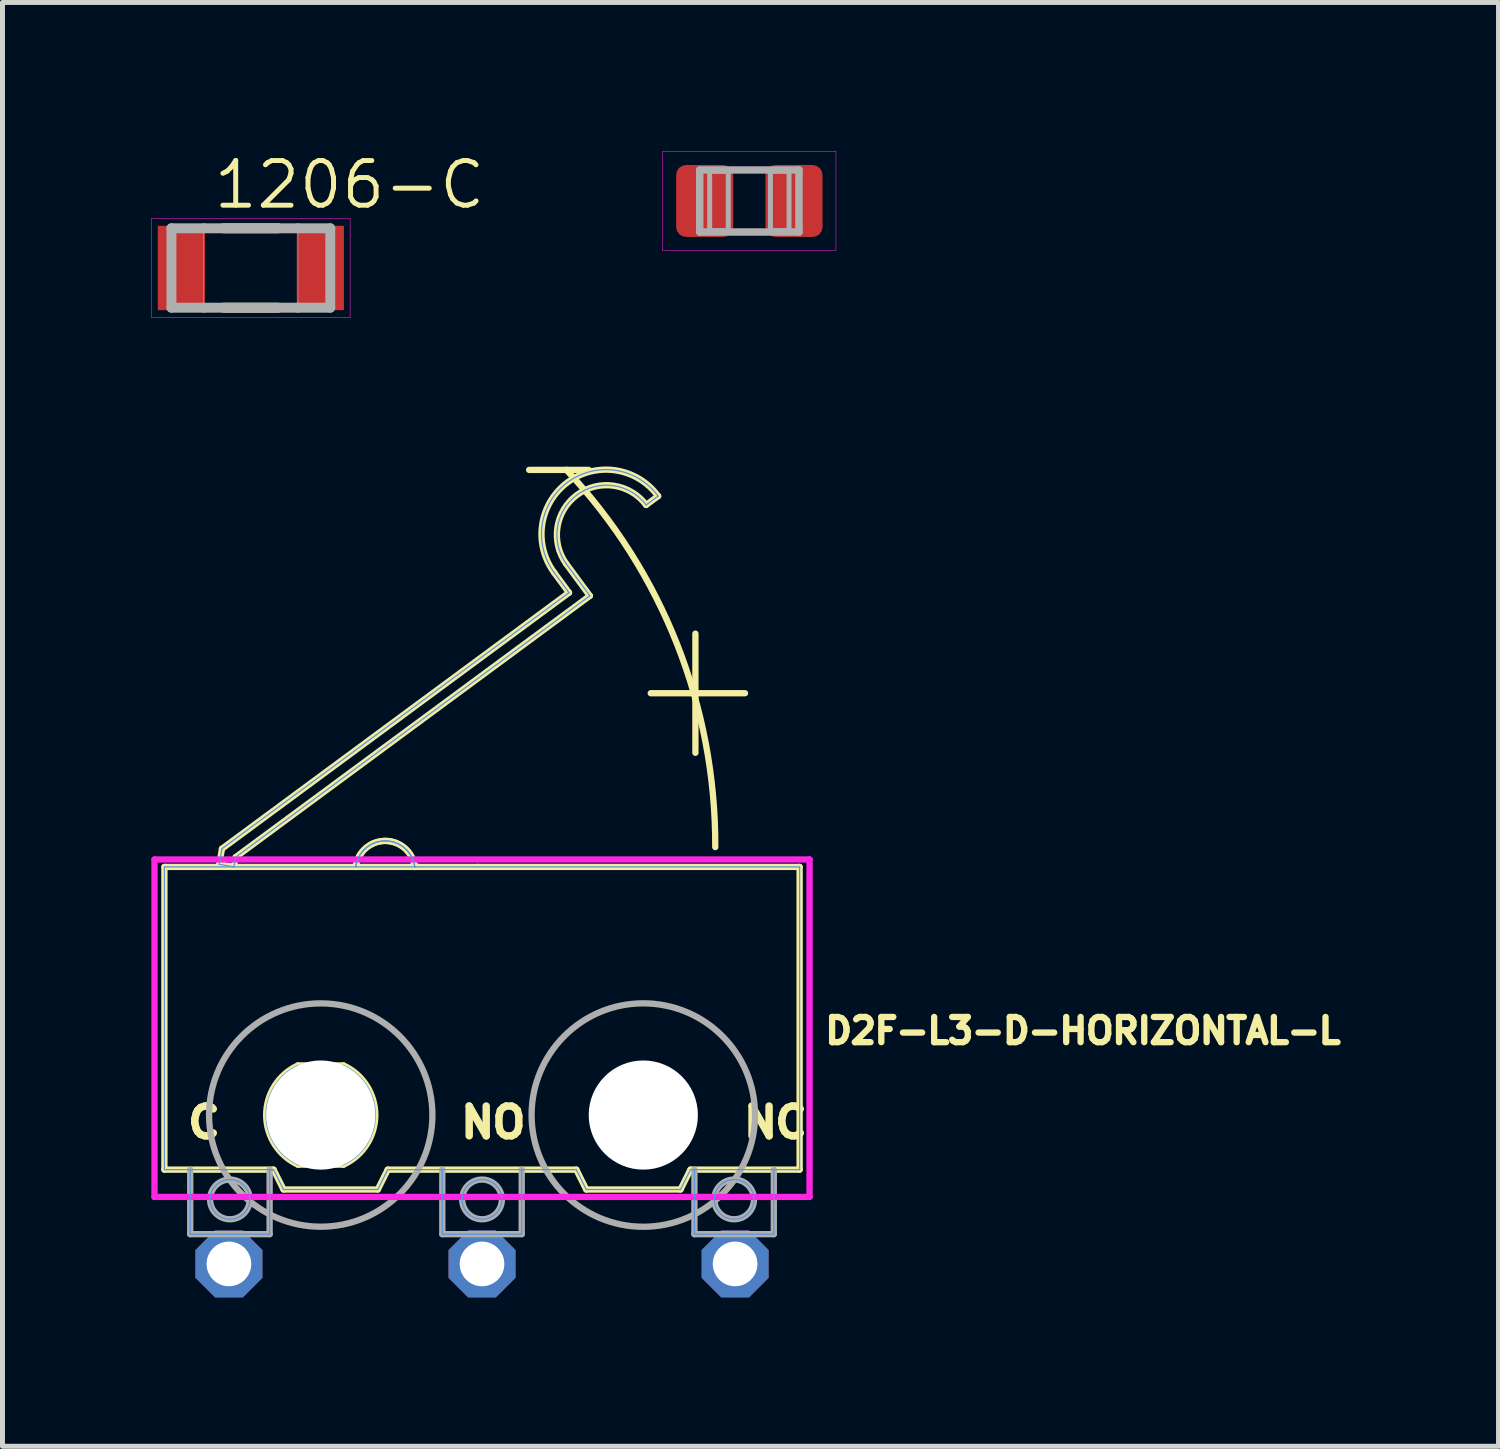
<source format=kicad_pcb>
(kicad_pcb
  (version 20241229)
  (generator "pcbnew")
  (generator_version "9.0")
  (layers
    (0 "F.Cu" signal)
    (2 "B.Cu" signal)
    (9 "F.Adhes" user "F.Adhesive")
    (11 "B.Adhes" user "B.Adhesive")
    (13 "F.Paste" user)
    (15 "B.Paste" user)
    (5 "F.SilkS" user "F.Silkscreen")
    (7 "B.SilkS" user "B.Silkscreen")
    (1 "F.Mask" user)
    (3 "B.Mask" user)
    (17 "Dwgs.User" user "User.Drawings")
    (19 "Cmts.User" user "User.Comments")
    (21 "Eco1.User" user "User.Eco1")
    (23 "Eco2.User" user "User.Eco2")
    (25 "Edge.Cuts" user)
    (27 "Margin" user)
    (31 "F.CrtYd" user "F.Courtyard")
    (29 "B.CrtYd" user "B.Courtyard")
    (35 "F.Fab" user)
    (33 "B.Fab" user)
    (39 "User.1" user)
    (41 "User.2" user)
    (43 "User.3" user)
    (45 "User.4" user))
  (footprint "1206-C"
    (layer "F.Cu")
    (at 2.005 2.35)
    (property "Reference" "1206-C" (at -0.8 -1.15 0) (layer "F.SilkS") (effects (font (size 0.9 0.9) (thickness 0.1)) (justify left bottom)))
    (fp_line (start -0.55 -0.8) (end 0.55 -0.8) (stroke (width 0.2) (type solid)) (layer "F.SilkS"))
    (fp_line (start -0.55 0.8) (end 0.55 0.8) (stroke (width 0.2) (type solid)) (layer "F.SilkS"))
    (fp_line (start -2 -1) (end -2 1) (stroke (width 0.01) (type solid)) (layer "F.CrtYd"))
    (fp_line (start -2 1) (end 2 1) (stroke (width 0.01) (type solid)) (layer "F.CrtYd"))
    (fp_line (start 2 -1) (end -2 -1) (stroke (width 0.01) (type solid)) (layer "F.CrtYd"))
    (fp_line (start 2 1) (end 2 -1) (stroke (width 0.01) (type solid)) (layer "F.CrtYd"))
    (fp_line (start -1.6 -0.8) (end -1.6 0.8) (stroke (width 0.2) (type solid)) (layer "F.Fab"))
    (fp_line (start -1.6 0.8) (end -0.95 0.8) (stroke (width 0.2) (type solid)) (layer "F.Fab"))
    (fp_line (start -0.95 -0.8) (end -1.6 -0.8) (stroke (width 0.2) (type solid)) (layer "F.Fab"))
    (fp_line (start -0.95 -0.8) (end -0.95 0.8) (stroke (width 0.01) (type solid)) (layer "F.Fab"))
    (fp_line (start -0.95 0.8) (end 0.95 0.8) (stroke (width 0.2) (type solid)) (layer "F.Fab"))
    (fp_line (start 0.95 -0.8) (end -0.95 -0.8) (stroke (width 0.2) (type solid)) (layer "F.Fab"))
    (fp_line (start 0.95 -0.8) (end 0.95 0.8) (stroke (width 0.01) (type solid)) (layer "F.Fab"))
    (fp_line (start 0.95 0.8) (end 1.6 0.8) (stroke (width 0.2) (type solid)) (layer "F.Fab"))
    (fp_line (start 1.6 -0.8) (end 0.95 -0.8) (stroke (width 0.2) (type solid)) (layer "F.Fab"))
    (fp_line (start 1.6 0.8) (end 1.6 -0.8) (stroke (width 0.2) (type solid)) (layer "F.Fab"))
    (pad "1" smd rect (at -1.4 0) (size 0.95 1.7) (layers "F.Cu" "F.Mask" "F.Paste"))
    (pad "2" smd rect (at 1.4 0) (size 0.95 1.7) (layers "F.Cu" "F.Mask" "F.Paste")))
  (footprint "D2F-L3-D-HORIZONTAL-L"
    (layer "F.Cu")
    (at 6.663 19.419)
    (property "Reference" "D2F-L3-D-HORIZONTAL-L" (at 6.85 -1.4 0) (layer "F.SilkS") (effects (font (size 0.508 0.508) (thickness 0.127)) (justify left bottom)))
    (fp_line (start -6.4 -5) (end -6.4 1.1) (stroke (width 0.127) (type solid)) (layer "F.SilkS"))
    (fp_line (start -5.295 -5.052) (end -5 -5) (stroke (width 0.127) (type solid)) (layer "F.SilkS"))
    (fp_line (start -5.24 -5.367) (end -5.295 -5.052) (stroke (width 0.127) (type solid)) (layer "F.SilkS"))
    (fp_line (start -5 -5) (end -4.965 -5.197) (stroke (width 0.127) (type solid)) (layer "F.SilkS"))
    (fp_line (start -4.965 -5.197) (end 2.173 -10.463) (stroke (width 0.127) (type solid)) (layer "F.SilkS"))
    (fp_line (start -4.2 1.1) (end -6.4 1.1) (stroke (width 0.127) (type solid)) (layer "F.SilkS"))
    (fp_line (start -4 1.5) (end -4.2 1.1) (stroke (width 0.127) (type solid)) (layer "F.SilkS"))
    (fp_line (start -4 1.5) (end -2.1 1.5) (stroke (width 0.127) (type solid)) (layer "F.SilkS"))
    (fp_line (start -3.708 -1) (end -2.792 -1) (stroke (width 0.127) (type solid)) (layer "F.SilkS"))
    (fp_line (start -2.792 1) (end -3.708 1) (stroke (width 0.127) (type solid)) (layer "F.SilkS"))
    (fp_line (start -2.545 -5) (end -6.4 -5) (stroke (width 0.127) (type solid)) (layer "F.SilkS"))
    (fp_line (start -1.9 1.1) (end -2.1 1.5) (stroke (width 0.127) (type solid)) (layer "F.SilkS"))
    (fp_line (start -1.355 -5) (end -2.545 -5) (stroke (width 0.127) (type solid)) (layer "F.SilkS"))
    (fp_line (start -1.275 -5) (end -1.355 -5) (stroke (width 0.127) (type solid)) (layer "F.SilkS"))
    (fp_line (start -0.085 -5) (end -1.275 -5) (stroke (width 0.127) (type solid)) (layer "F.SilkS"))
    (fp_line (start 1.456 -10.928) (end 1.753 -10.526) (stroke (width 0.127) (type solid)) (layer "F.SilkS"))
    (fp_line (start 1.7 -13) (end 0.95 -13) (stroke (width 0.127) (type solid)) (layer "F.SilkS"))
    (fp_line (start 1.753 -10.526) (end -5.24 -5.367) (stroke (width 0.127) (type solid)) (layer "F.SilkS"))
    (fp_line (start 1.9 1.1) (end -1.9 1.1) (stroke (width 0.127) (type solid)) (layer "F.SilkS"))
    (fp_line (start 2.1 1.5) (end 1.9 1.1) (stroke (width 0.127) (type solid)) (layer "F.SilkS"))
    (fp_line (start 2.1 1.5) (end 4 1.5) (stroke (width 0.127) (type solid)) (layer "F.SilkS"))
    (fp_line (start 2.15 -13) (end 1.7 -13) (stroke (width 0.127) (type solid)) (layer "F.SilkS"))
    (fp_line (start 2.173 -10.463) (end 1.698 -11.106) (stroke (width 0.127) (type solid)) (layer "F.SilkS"))
    (fp_line (start 3.307 -12.294) (end 3.549 -12.472) (stroke (width 0.127) (type solid)) (layer "F.SilkS"))
    (fp_line (start 3.4 -8.5) (end 4.3 -8.5) (stroke (width 0.127) (type solid)) (layer "F.SilkS"))
    (fp_line (start 4.2 1.1) (end 4 1.5) (stroke (width 0.127) (type solid)) (layer "F.SilkS"))
    (fp_line (start 4.3 -8.5) (end 4.3 -9.7) (stroke (width 0.127) (type solid)) (layer "F.SilkS"))
    (fp_line (start 4.3 -8.5) (end 5.3 -8.5) (stroke (width 0.127) (type solid)) (layer "F.SilkS"))
    (fp_line (start 4.3 -7.3) (end 4.3 -8.5) (stroke (width 0.127) (type solid)) (layer "F.SilkS"))
    (fp_line (start 6.4 -5) (end -0.085 -5) (stroke (width 0.127) (type solid)) (layer "F.SilkS"))
    (fp_line (start 6.4 1.1) (end 4.2 1.1) (stroke (width 0.127) (type solid)) (layer "F.SilkS"))
    (fp_line (start 6.4 1.1) (end 6.4 -5) (stroke (width 0.127) (type solid)) (layer "F.SilkS"))
    (fp_arc (start -3.708258 1) (mid -4.35 0) (end -3.708259 -1) (stroke (width 0.127) (type solid)) (layer "F.SilkS"))
    (fp_arc (start -2.791739 -1) (mid -2.149998 0) (end -2.79174 1) (stroke (width 0.127) (type solid)) (layer "F.SilkS"))
    (fp_arc (start -2.545158 -5) (mid -1.949999 -5.523973) (end -1.35484 -5) (stroke (width 0.127) (type solid)) (layer "F.SilkS"))
    (fp_arc (start -2.545158 -5) (mid -1.949999 -5.523973) (end -1.35484 -5) (stroke (width 0.127) (type solid)) (layer "F.SilkS"))
    (fp_arc (start 1.45634 -10.928267) (mid 1.730758 -12.746149) (end 3.54864 -12.471731) (stroke (width 0.127) (type solid)) (layer "F.SilkS"))
    (fp_arc (start 1.697761 -11.106356) (mid 1.908849 -12.504725) (end 3.307218 -12.29364) (stroke (width 0.127) (type solid)) (layer "F.SilkS"))
    (fp_arc (start 1.7 -12.999999) (mid 3.930581 -9.488387) (end 4.7 -5.4) (stroke (width 0.127) (type solid)) (layer "F.SilkS"))
    (fp_circle (center 3.25 0) (end 4.25 0) (stroke (width 0.127) (type solid)) (fill no) (layer "F.SilkS"))
    (fp_line (start -6.4 -5) (end -6.4 1.1) (stroke (width 0.025) (type solid)) (layer "Cmts.User"))
    (fp_line (start -5.88 1.1) (end -5.88 2.4) (stroke (width 0.025) (type solid)) (layer "Cmts.User"))
    (fp_line (start -5.88 2.4) (end -4.28 2.4) (stroke (width 0.025) (type solid)) (layer "Cmts.User"))
    (fp_line (start -5.295 -5.052) (end -5 -5) (stroke (width 0.025) (type solid)) (layer "Cmts.User"))
    (fp_line (start -5.24 -5.367) (end -5.295 -5.052) (stroke (width 0.025) (type solid)) (layer "Cmts.User"))
    (fp_line (start -5 -5) (end -4.965 -5.197) (stroke (width 0.025) (type solid)) (layer "Cmts.User"))
    (fp_line (start -4.965 -5.197) (end 2.173 -10.463) (stroke (width 0.025) (type solid)) (layer "Cmts.User"))
    (fp_line (start -4.28 2.4) (end -4.28 1.1) (stroke (width 0.025) (type solid)) (layer "Cmts.User"))
    (fp_line (start -4.2 1.1) (end -6.4 1.1) (stroke (width 0.025) (type solid)) (layer "Cmts.User"))
    (fp_line (start -4 1.5) (end -4.2 1.1) (stroke (width 0.025) (type solid)) (layer "Cmts.User"))
    (fp_line (start -4 1.5) (end -2.1 1.5) (stroke (width 0.025) (type solid)) (layer "Cmts.User"))
    (fp_line (start -3.708 -1) (end -2.792 -1) (stroke (width 0.025) (type solid)) (layer "Cmts.User"))
    (fp_line (start -2.792 1) (end -3.708 1) (stroke (width 0.025) (type solid)) (layer "Cmts.User"))
    (fp_line (start -2.545 -5) (end -6.4 -5) (stroke (width 0.025) (type solid)) (layer "Cmts.User"))
    (fp_line (start -1.9 1.1) (end -2.1 1.5) (stroke (width 0.025) (type solid)) (layer "Cmts.User"))
    (fp_line (start -1.355 -5) (end -2.545 -5) (stroke (width 0.025) (type solid)) (layer "Cmts.User"))
    (fp_line (start -1.275 -5) (end -1.355 -5) (stroke (width 0.025) (type solid)) (layer "Cmts.User"))
    (fp_line (start -0.8 1.1) (end -0.8 2.4) (stroke (width 0.025) (type solid)) (layer "Cmts.User"))
    (fp_line (start -0.8 2.4) (end 0.8 2.4) (stroke (width 0.025) (type solid)) (layer "Cmts.User"))
    (fp_line (start -0.085 -5) (end -1.275 -5) (stroke (width 0.025) (type solid)) (layer "Cmts.User"))
    (fp_line (start 0.8 2.4) (end 0.8 1.1) (stroke (width 0.025) (type solid)) (layer "Cmts.User"))
    (fp_line (start 1.456 -10.928) (end 1.753 -10.526) (stroke (width 0.025) (type solid)) (layer "Cmts.User"))
    (fp_line (start 1.753 -10.526) (end -5.24 -5.367) (stroke (width 0.025) (type solid)) (layer "Cmts.User"))
    (fp_line (start 1.9 1.1) (end -1.9 1.1) (stroke (width 0.025) (type solid)) (layer "Cmts.User"))
    (fp_line (start 2.1 1.5) (end 1.9 1.1) (stroke (width 0.025) (type solid)) (layer "Cmts.User"))
    (fp_line (start 2.1 1.5) (end 4 1.5) (stroke (width 0.025) (type solid)) (layer "Cmts.User"))
    (fp_line (start 2.173 -10.463) (end 1.698 -11.106) (stroke (width 0.025) (type solid)) (layer "Cmts.User"))
    (fp_line (start 3.307 -12.294) (end 3.549 -12.472) (stroke (width 0.025) (type solid)) (layer "Cmts.User"))
    (fp_line (start 4.2 1.1) (end 4 1.5) (stroke (width 0.025) (type solid)) (layer "Cmts.User"))
    (fp_line (start 4.28 1.1) (end 4.28 2.4) (stroke (width 0.025) (type solid)) (layer "Cmts.User"))
    (fp_line (start 4.28 2.4) (end 5.88 2.4) (stroke (width 0.025) (type solid)) (layer "Cmts.User"))
    (fp_line (start 5.88 2.4) (end 5.88 1.1) (stroke (width 0.025) (type solid)) (layer "Cmts.User"))
    (fp_line (start 6.4 -5) (end -0.085 -5) (stroke (width 0.025) (type solid)) (layer "Cmts.User"))
    (fp_line (start 6.4 1.1) (end 4.2 1.1) (stroke (width 0.025) (type solid)) (layer "Cmts.User"))
    (fp_line (start 6.4 1.1) (end 6.4 -5) (stroke (width 0.025) (type solid)) (layer "Cmts.User"))
    (fp_arc (start -3.708258 1) (mid -4.35 0) (end -3.708259 -1) (stroke (width 0.025) (type solid)) (layer "Cmts.User"))
    (fp_arc (start -2.791739 -1) (mid -2.149998 0) (end -2.79174 1) (stroke (width 0.025) (type solid)) (layer "Cmts.User"))
    (fp_arc (start -2.545158 -5) (mid -1.949999 -5.523973) (end -1.35484 -5) (stroke (width 0.025) (type solid)) (layer "Cmts.User"))
    (fp_arc (start -2.545158 -5) (mid -1.949999 -5.523973) (end -1.35484 -5) (stroke (width 0.025) (type solid)) (layer "Cmts.User"))
    (fp_arc (start 1.45634 -10.928267) (mid 1.730758 -12.746149) (end 3.54864 -12.471731) (stroke (width 0.025) (type solid)) (layer "Cmts.User"))
    (fp_arc (start 1.697761 -11.106356) (mid 1.908849 -12.504725) (end 3.307218 -12.29364) (stroke (width 0.025) (type solid)) (layer "Cmts.User"))
    (fp_circle (center -5.08 1.7) (end -4.68 1.7) (stroke (width 0.025) (type solid)) (fill no) (layer "Cmts.User"))
    (fp_circle (center 0 1.7) (end 0.4 1.7) (stroke (width 0.025) (type solid)) (fill no) (layer "Cmts.User"))
    (fp_circle (center 3.25 0) (end 4.25 0) (stroke (width 0.025) (type solid)) (fill no) (layer "Cmts.User"))
    (fp_circle (center 5.08 1.7) (end 5.48 1.7) (stroke (width 0.025) (type solid)) (fill no) (layer "Cmts.User"))
    (fp_line (start -6.6 -5.15) (end 6.6 -5.15) (stroke (width 0.127) (type solid)) (layer "F.CrtYd"))
    (fp_line (start -6.6 1.65) (end -6.6 -5.15) (stroke (width 0.127) (type solid)) (layer "F.CrtYd"))
    (fp_line (start 6.6 -5.15) (end 6.6 1.65) (stroke (width 0.127) (type solid)) (layer "F.CrtYd"))
    (fp_line (start 6.6 1.65) (end -6.6 1.65) (stroke (width 0.127) (type solid)) (layer "F.CrtYd"))
    (fp_line (start -5.88 1.1) (end -5.88 2.4) (stroke (width 0.127) (type solid)) (layer "F.Fab"))
    (fp_line (start -5.88 2.4) (end -4.28 2.4) (stroke (width 0.127) (type solid)) (layer "F.Fab"))
    (fp_line (start -4.28 2.4) (end -4.28 1.1) (stroke (width 0.127) (type solid)) (layer "F.Fab"))
    (fp_line (start -0.8 1.1) (end -0.8 2.4) (stroke (width 0.127) (type solid)) (layer "F.Fab"))
    (fp_line (start -0.8 2.4) (end 0.8 2.4) (stroke (width 0.127) (type solid)) (layer "F.Fab"))
    (fp_line (start 0.8 2.4) (end 0.8 1.1) (stroke (width 0.127) (type solid)) (layer "F.Fab"))
    (fp_line (start 4.28 1.1) (end 4.28 2.4) (stroke (width 0.127) (type solid)) (layer "F.Fab"))
    (fp_line (start 4.28 2.4) (end 5.88 2.4) (stroke (width 0.127) (type solid)) (layer "F.Fab"))
    (fp_line (start 5.88 2.4) (end 5.88 1.1) (stroke (width 0.127) (type solid)) (layer "F.Fab"))
    (fp_circle (center -5.08 1.7) (end -4.68 1.7) (stroke (width 0.127) (type solid)) (fill no) (layer "F.Fab"))
    (fp_circle (center -3.25 0) (end -1 0) (stroke (width 0.127) (type solid)) (fill no) (layer "F.Fab"))
    (fp_circle (center 0 1.7) (end 0.4 1.7) (stroke (width 0.127) (type solid)) (fill no) (layer "F.Fab"))
    (fp_circle (center 3.25 0) (end 5.501 0) (stroke (width 0.127) (type solid)) (fill no) (layer "F.Fab"))
    (fp_circle (center 5.08 1.7) (end 5.48 1.7) (stroke (width 0.127) (type solid)) (fill no) (layer "F.Fab"))
    (fp_text user "C" (at -6 0.5 0) (layer "F.SilkS") (effects (font (size 0.6 0.6) (thickness 0.15)) (justify left bottom)))
    (fp_text user "NO" (at -0.5 0.5 0) (layer "F.SilkS") (effects (font (size 0.6 0.6) (thickness 0.15)) (justify left bottom)))
    (fp_text user "NC" (at 5.2 0.5 0) (layer "F.SilkS") (effects (font (size 0.6 0.6) (thickness 0.15)) (justify left bottom)))
    (pad "" np_thru_hole circle (at -3.25 0) (size 2.2 2.2) (drill 2.2) (layers "*.Cu" "*.Mask"))
    (pad "" np_thru_hole circle (at 3.25 0) (size 2.2 2.2) (drill 2.2) (layers "*.Cu" "*.Mask"))
    (pad "C" thru_hole roundrect (at -5.1 3 225) (size 1.35 1.35) (drill 0.9) (layers "*.Cu" "*.Mask") (roundrect_rratio 0.25) (chamfer_ratio 0.293) (chamfer top_left top_right bottom_left bottom_right))
    (pad "NC" thru_hole roundrect (at 5.1 3 315) (size 1.35 1.35) (drill 0.9) (layers "*.Cu" "*.Mask") (roundrect_rratio 0.25) (chamfer_ratio 0.293) (chamfer top_left top_right bottom_left bottom_right))
    (pad "NO" thru_hole roundrect (at 0 3 270) (size 1.35 1.35) (drill 0.9) (layers "*.Cu" "*.Mask") (roundrect_rratio 0.25) (chamfer_ratio 0.293) (chamfer top_left top_right bottom_left bottom_right)))
  (footprint ".0805-B-NOSILK"
    (layer "F.Cu")
    (at 12.05 1)
    (property "Reference" ".0805-B-NOSILK" (at 0 0 0) (layer "F.Mask") (effects (font (size 0.34 0.34) (thickness 0.06))))
    (fp_line (start -1 -0.625) (end 1 -0.625) (stroke (width 0.15) (type solid)) (layer "F.Mask"))
    (fp_line (start -1 0.625) (end -1 -0.625) (stroke (width 0.15) (type solid)) (layer "F.Mask"))
    (fp_line (start 1 -0.625) (end 1 0.625) (stroke (width 0.15) (type solid)) (layer "F.Mask"))
    (fp_line (start 1 0.625) (end -1 0.625) (stroke (width 0.15) (type solid)) (layer "F.Mask"))
    (fp_poly (pts (xy -0.26 0.79) (xy -1.54 0.79) (xy -1.54 -0.79) (xy -0.26 -0.79)) (stroke (width 0) (type solid)) (fill yes) (layer "F.Mask"))
    (fp_poly (pts (xy 1.54 0.79) (xy 0.26 0.79) (xy 0.26 -0.79) (xy 1.54 -0.79)) (stroke (width 0) (type solid)) (fill yes) (layer "F.Mask"))
    (fp_line (start -1.745 -0.995) (end -1.745 0.995) (stroke (width 0.01) (type solid)) (layer "F.CrtYd"))
    (fp_line (start -1.745 0.995) (end 1.745 0.995) (stroke (width 0.01) (type solid)) (layer "F.CrtYd"))
    (fp_line (start 1.745 -0.995) (end -1.745 -0.995) (stroke (width 0.01) (type solid)) (layer "F.CrtYd"))
    (fp_line (start 1.745 0.995) (end 1.745 -0.995) (stroke (width 0.01) (type solid)) (layer "F.CrtYd"))
    (fp_line (start -1 -0.625) (end 1 -0.625) (stroke (width 0.15) (type solid)) (layer "F.Fab"))
    (fp_line (start -1 0.625) (end -1 -0.625) (stroke (width 0.15) (type solid)) (layer "F.Fab"))
    (fp_line (start 1 -0.625) (end 1 0.625) (stroke (width 0.15) (type solid)) (layer "F.Fab"))
    (fp_line (start 1 0.625) (end -1 0.625) (stroke (width 0.15) (type solid)) (layer "F.Fab"))
    (fp_poly (pts (xy -0.8 0.6) (xy -0.425 0.6) (xy -0.425 -0.6) (xy -0.8 -0.6)) (stroke (width 0.1) (type solid)) (fill no) (layer "F.Fab"))
    (fp_poly (pts (xy 0.425 0.6) (xy 0.8 0.6) (xy 0.8 -0.6) (xy 0.425 -0.6)) (stroke (width 0.1) (type solid)) (fill no) (layer "F.Fab"))
    (pad "1" smd roundrect (at -0.9 0) (size 1.15 1.45) (layers "F.Cu" "F.Paste") (roundrect_rratio 0.175))
    (pad "2" smd roundrect (at 0.9 0) (size 1.15 1.45) (layers "F.Cu" "F.Paste") (roundrect_rratio 0.175)))
  (gr_rect
    (start -3 -3)
    (end 27.146 26.094)
    (stroke (width 0.1) (type default))
    (fill no)
    (layer "Edge.Cuts")))
</source>
